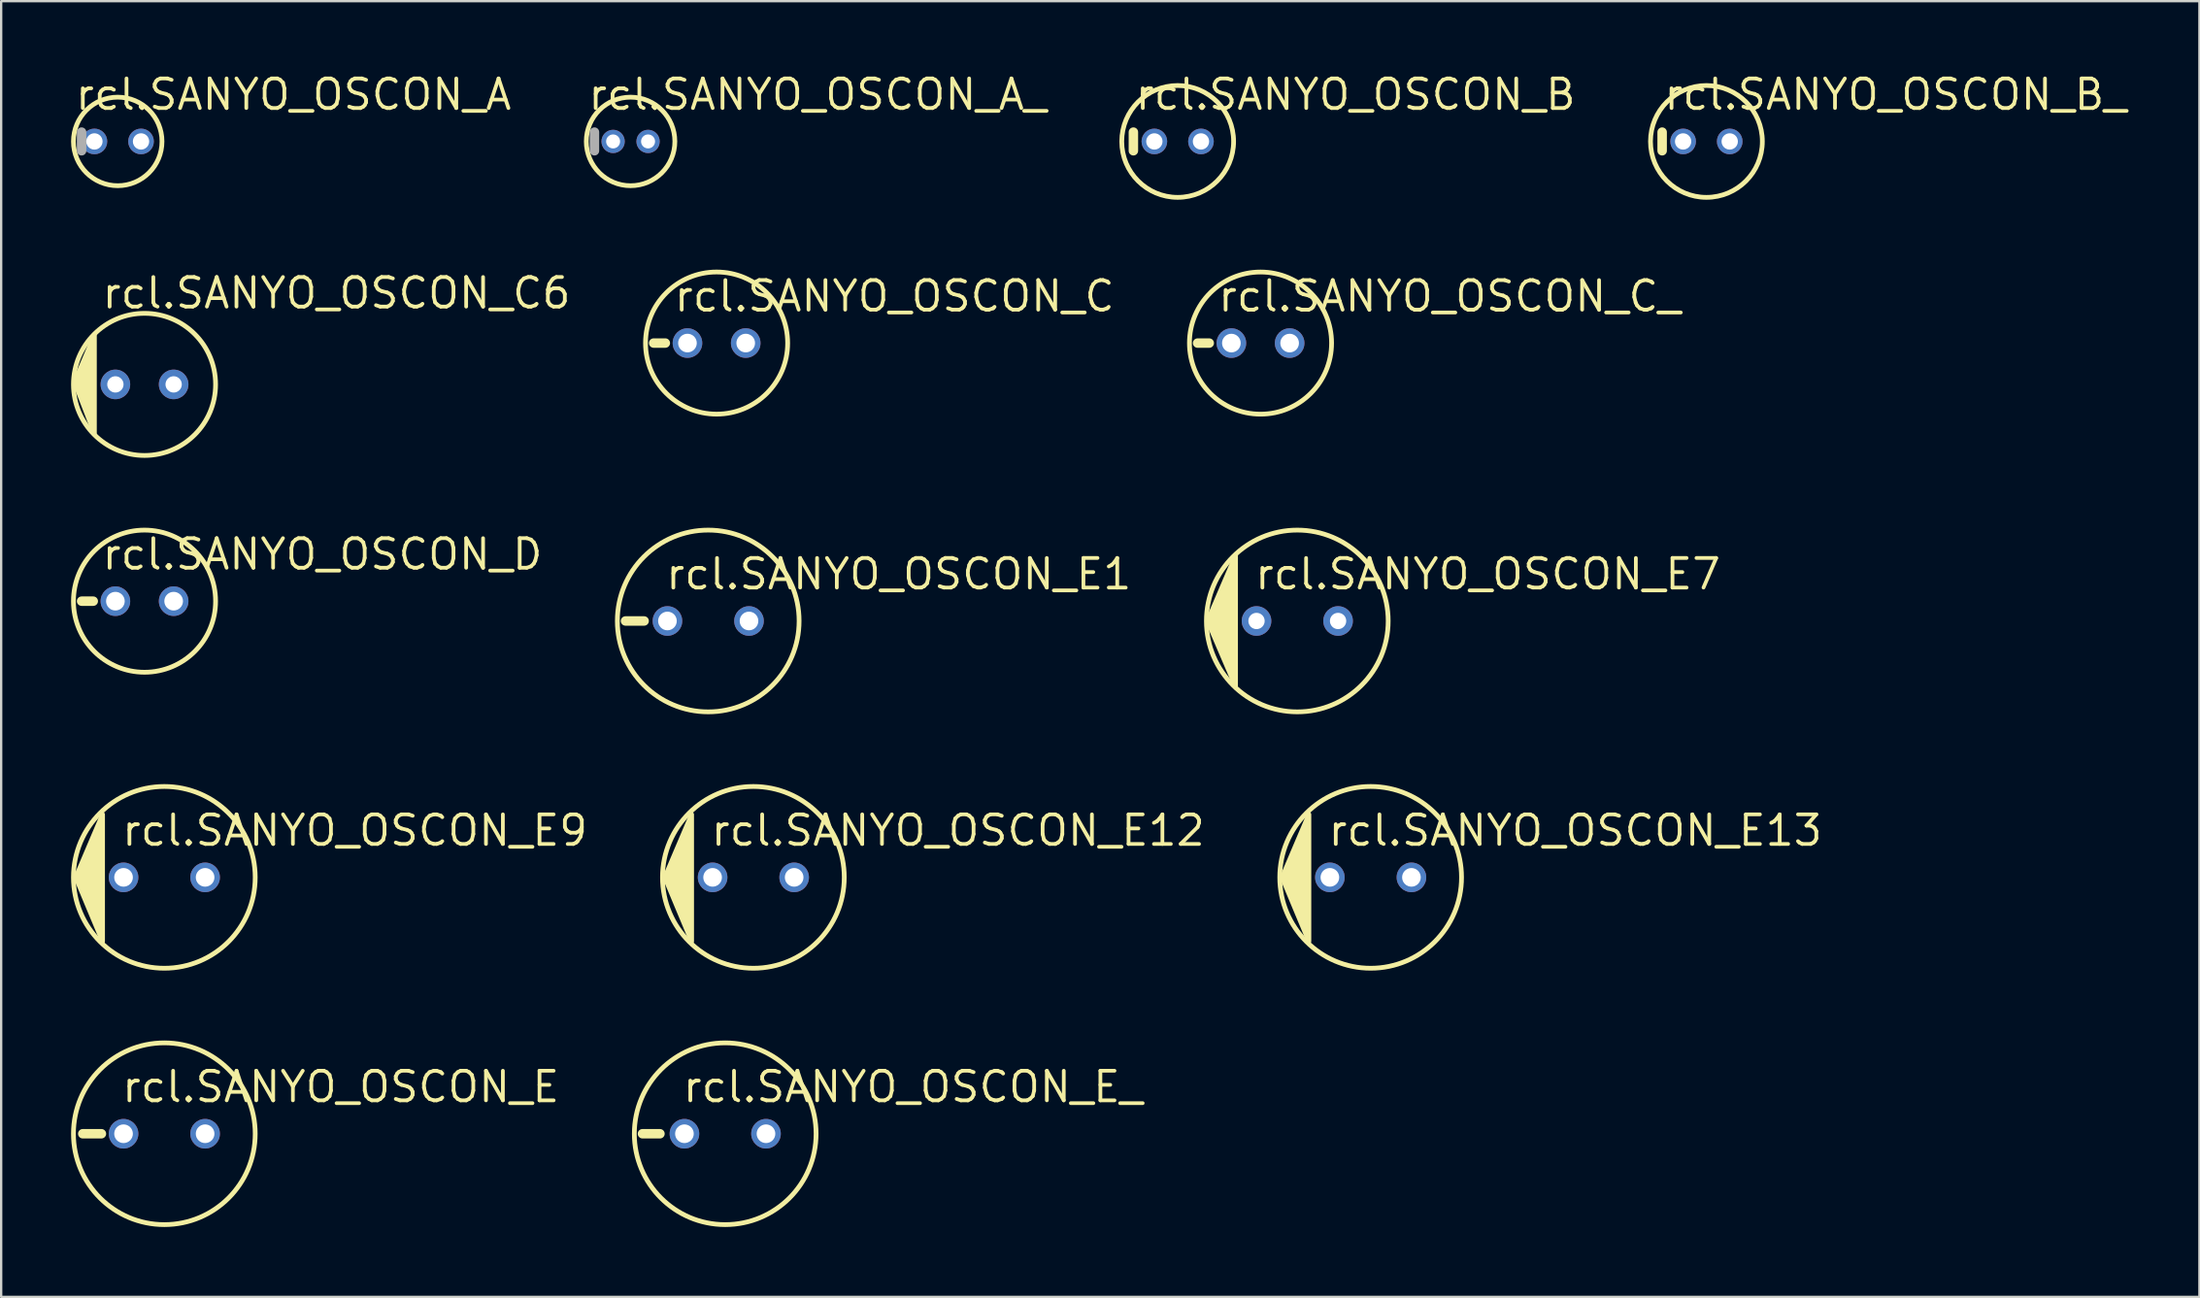
<source format=kicad_pcb>
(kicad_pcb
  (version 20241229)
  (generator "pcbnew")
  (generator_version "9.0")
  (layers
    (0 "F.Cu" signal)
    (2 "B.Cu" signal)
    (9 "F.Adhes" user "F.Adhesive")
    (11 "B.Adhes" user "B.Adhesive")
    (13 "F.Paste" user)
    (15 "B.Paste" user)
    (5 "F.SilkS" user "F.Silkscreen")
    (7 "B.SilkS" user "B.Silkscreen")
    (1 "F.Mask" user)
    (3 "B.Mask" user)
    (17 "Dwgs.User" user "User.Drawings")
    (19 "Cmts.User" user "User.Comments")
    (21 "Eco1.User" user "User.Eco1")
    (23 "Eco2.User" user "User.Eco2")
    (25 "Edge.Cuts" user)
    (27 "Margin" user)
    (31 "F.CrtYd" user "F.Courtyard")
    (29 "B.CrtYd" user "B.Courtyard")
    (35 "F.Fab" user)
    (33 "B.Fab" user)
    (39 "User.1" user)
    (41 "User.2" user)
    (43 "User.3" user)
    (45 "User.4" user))
  (footprint "rcl.SANYO_OSCON_E_"
    (layer "F.Cu")
    (at 28.072 45.606)
    (property "Reference" "rcl.SANYO_OSCON_E_" (at -1.905 -1.27 0) (layer "F.SilkS") (effects (font (size 1.27 1.27) (thickness 0.16)) (justify left bottom)))
    (attr through_hole)
    (fp_line (start -3.55 0) (end -2.8 0) (stroke (width 0.406) (type default)) (layer "F.SilkS"))
    (fp_circle (center 0 0) (end 3.9 0) (stroke (width 0.203) (type default)) (fill no) (layer "F.SilkS"))
    (pad "+" thru_hole circle (at 1.75 0) (size 1.27 1.27) (drill 0.8) (layers "*.Cu" "*.Mask"))
    (pad "-" thru_hole circle (at -1.75 0) (size 1.27 1.27) (drill 0.8) (layers "*.Cu" "*.Mask")))
  (footprint "rcl.SANYO_OSCON_E1"
    (layer "F.Cu")
    (at 27.343 23.6)
    (property "Reference" "rcl.SANYO_OSCON_E1" (at -1.905 -1.27 0) (layer "F.SilkS") (effects (font (size 1.27 1.27) (thickness 0.16)) (justify left bottom)))
    (attr through_hole)
    (fp_line (start -3.55 0) (end -2.75 0) (stroke (width 0.406) (type default)) (layer "F.SilkS"))
    (fp_circle (center 0 0) (end 3.9 0) (stroke (width 0.203) (type default)) (fill no) (layer "F.SilkS"))
    (pad "+" thru_hole circle (at 1.75 0) (size 1.27 1.27) (drill 0.8) (layers "*.Cu" "*.Mask"))
    (pad "-" thru_hole circle (at -1.75 0) (size 1.27 1.27) (drill 0.8) (layers "*.Cu" "*.Mask")))
  (footprint "rcl.SANYO_OSCON_A"
    (layer "F.Cu")
    (at 2.002 3.02)
    (property "Reference" "rcl.SANYO_OSCON_A" (at -1.905 -1.27 0) (layer "F.SilkS") (effects (font (size 1.27 1.27) (thickness 0.16)) (justify left bottom)))
    (attr through_hole)
    (fp_circle (center 0 0) (end 1.9 0) (stroke (width 0.203) (type default)) (fill no) (layer "F.SilkS"))
    (fp_line (start -1.55 0.4) (end -1.55 -0.4) (stroke (width 0.406) (type default)) (layer "F.Fab"))
    (pad "+" thru_hole circle (at 1 0) (size 1.1 1.1) (drill 0.7) (layers "*.Cu" "*.Mask"))
    (pad "-" thru_hole circle (at -1 0) (size 1.1 1.1) (drill 0.7) (layers "*.Cu" "*.Mask")))
  (footprint "rcl.SANYO_OSCON_C"
    (layer "F.Cu")
    (at 27.702 11.673)
    (property "Reference" "rcl.SANYO_OSCON_C" (at -1.905 -1.27 0) (layer "F.SilkS") (effects (font (size 1.27 1.27) (thickness 0.16)) (justify left bottom)))
    (attr through_hole)
    (fp_line (start -2.2 0) (end -2.7 0) (stroke (width 0.406) (type default)) (layer "F.SilkS"))
    (fp_circle (center 0 0) (end 3.05 0) (stroke (width 0.203) (type default)) (fill no) (layer "F.SilkS"))
    (pad "+" thru_hole circle (at 1.25 0) (size 1.27 1.27) (drill 0.8) (layers "*.Cu" "*.Mask"))
    (pad "-" thru_hole circle (at -1.25 0) (size 1.27 1.27) (drill 0.8) (layers "*.Cu" "*.Mask")))
  (footprint "rcl.SANYO_OSCON_B_"
    (layer "F.Cu")
    (at 70.18 3.02)
    (property "Reference" "rcl.SANYO_OSCON_B_" (at -1.905 -1.27 0) (layer "F.SilkS") (effects (font (size 1.27 1.27) (thickness 0.16)) (justify left bottom)))
    (attr through_hole)
    (fp_line (start -1.9 0.4) (end -1.9 -0.4) (stroke (width 0.406) (type default)) (layer "F.SilkS"))
    (fp_circle (center 0 0) (end 2.4 0) (stroke (width 0.203) (type default)) (fill no) (layer "F.SilkS"))
    (pad "+" thru_hole circle (at 1 0) (size 1.1 1.1) (drill 0.7) (layers "*.Cu" "*.Mask"))
    (pad "-" thru_hole circle (at -1 0) (size 1.1 1.1) (drill 0.7) (layers "*.Cu" "*.Mask")))
  (footprint "rcl.SANYO_OSCON_C_"
    (layer "F.Cu")
    (at 51.044 11.674)
    (property "Reference" "rcl.SANYO_OSCON_C_" (at -1.905 -1.27 0) (layer "F.SilkS") (effects (font (size 1.27 1.27) (thickness 0.16)) (justify left bottom)))
    (attr through_hole)
    (fp_line (start -2.2 0) (end -2.7 0) (stroke (width 0.406) (type default)) (layer "F.SilkS"))
    (fp_circle (center 0 0) (end 3.05 0) (stroke (width 0.203) (type default)) (fill no) (layer "F.SilkS"))
    (pad "+" thru_hole circle (at 1.25 0) (size 1.27 1.27) (drill 0.8) (layers "*.Cu" "*.Mask"))
    (pad "-" thru_hole circle (at -1.25 0) (size 1.27 1.27) (drill 0.8) (layers "*.Cu" "*.Mask")))
  (footprint "rcl.SANYO_OSCON_D"
    (layer "F.Cu")
    (at 3.152 22.75)
    (property "Reference" "rcl.SANYO_OSCON_D" (at -1.905 -1.27 0) (layer "F.SilkS") (effects (font (size 1.27 1.27) (thickness 0.16)) (justify left bottom)))
    (attr through_hole)
    (fp_line (start -2.2 0) (end -2.7 0) (stroke (width 0.406) (type default)) (layer "F.SilkS"))
    (fp_circle (center 0 0) (end 3.05 0) (stroke (width 0.203) (type default)) (fill no) (layer "F.SilkS"))
    (pad "+" thru_hole circle (at 1.25 0) (size 1.27 1.27) (drill 0.8) (layers "*.Cu" "*.Mask"))
    (pad "-" thru_hole circle (at -1.25 0) (size 1.27 1.27) (drill 0.8) (layers "*.Cu" "*.Mask")))
  (footprint "rcl.SANYO_OSCON_A_"
    (layer "F.Cu")
    (at 24.011 3.02)
    (property "Reference" "rcl.SANYO_OSCON_A_" (at -1.905 -1.27 0) (layer "F.SilkS") (effects (font (size 1.27 1.27) (thickness 0.16)) (justify left bottom)))
    (attr through_hole)
    (fp_circle (center 0 0) (end 1.9 0) (stroke (width 0.203) (type default)) (fill no) (layer "F.SilkS"))
    (fp_line (start -1.55 0.4) (end -1.55 -0.4) (stroke (width 0.406) (type default)) (layer "F.Fab"))
    (pad "+" thru_hole circle (at 0.75 0) (size 1 1) (drill 0.6) (layers "*.Cu" "*.Mask"))
    (pad "-" thru_hole circle (at -0.75 0) (size 1 1) (drill 0.6) (layers "*.Cu" "*.Mask")))
  (footprint "rcl.SANYO_OSCON_E9"
    (layer "F.Cu")
    (at 4.002 34.603)
    (property "Reference" "rcl.SANYO_OSCON_E9" (at -1.905 -1.27 0) (layer "F.SilkS") (effects (font (size 1.27 1.27) (thickness 0.16)) (justify left bottom)))
    (attr through_hole)
    (fp_circle (center 0 0) (end 3.9 0) (stroke (width 0.203) (type default)) (fill no) (layer "F.SilkS"))
    (fp_poly (pts (xy -2.65 -2.7) (xy -2.65 2.75) (xy -3.8 0)) (stroke (width 0.203) (type default)) (fill yes) (layer "F.SilkS"))
    (pad "+" thru_hole circle (at 1.75 0) (size 1.27 1.27) (drill 0.8) (layers "*.Cu" "*.Mask"))
    (pad "-" thru_hole circle (at -1.75 0) (size 1.27 1.27) (drill 0.8) (layers "*.Cu" "*.Mask")))
  (footprint "rcl.SANYO_OSCON_E13"
    (layer "F.Cu")
    (at 55.771 34.603)
    (property "Reference" "rcl.SANYO_OSCON_E13" (at -1.905 -1.27 0) (layer "F.SilkS") (effects (font (size 1.27 1.27) (thickness 0.16)) (justify left bottom)))
    (attr through_hole)
    (fp_circle (center 0 0) (end 3.9 0) (stroke (width 0.203) (type default)) (fill no) (layer "F.SilkS"))
    (fp_poly (pts (xy -2.65 -2.7) (xy -2.65 2.75) (xy -3.8 0)) (stroke (width 0.203) (type default)) (fill yes) (layer "F.SilkS"))
    (pad "+" thru_hole circle (at 1.75 0) (size 1.27 1.27) (drill 0.8) (layers "*.Cu" "*.Mask"))
    (pad "-" thru_hole circle (at -1.75 0) (size 1.27 1.27) (drill 0.8) (layers "*.Cu" "*.Mask")))
  (footprint "rcl.SANYO_OSCON_E7"
    (layer "F.Cu")
    (at 52.623 23.6)
    (property "Reference" "rcl.SANYO_OSCON_E7" (at -1.905 -1.27 0) (layer "F.SilkS") (effects (font (size 1.27 1.27) (thickness 0.16)) (justify left bottom)))
    (attr through_hole)
    (fp_circle (center 0 0) (end 3.9 0) (stroke (width 0.203) (type default)) (fill no) (layer "F.SilkS"))
    (fp_poly (pts (xy -2.65 -2.8) (xy -2.65 2.8) (xy -3.85 0)) (stroke (width 0.203) (type default)) (fill yes) (layer "F.SilkS"))
    (pad "+" thru_hole circle (at 1.75 0) (size 1.27 1.27) (drill 0.7) (layers "*.Cu" "*.Mask"))
    (pad "-" thru_hole circle (at -1.75 0) (size 1.27 1.27) (drill 0.7) (layers "*.Cu" "*.Mask")))
  (footprint "rcl.SANYO_OSCON_B"
    (layer "F.Cu")
    (at 47.489 3.02)
    (property "Reference" "rcl.SANYO_OSCON_B" (at -1.905 -1.27 0) (layer "F.SilkS") (effects (font (size 1.27 1.27) (thickness 0.16)) (justify left bottom)))
    (attr through_hole)
    (fp_line (start -1.9 0.4) (end -1.9 -0.4) (stroke (width 0.406) (type default)) (layer "F.SilkS"))
    (fp_circle (center 0 0) (end 2.4 0) (stroke (width 0.203) (type default)) (fill no) (layer "F.SilkS"))
    (pad "+" thru_hole circle (at 1 0) (size 1.1 1.1) (drill 0.7) (layers "*.Cu" "*.Mask"))
    (pad "-" thru_hole circle (at -1 0) (size 1.1 1.1) (drill 0.7) (layers "*.Cu" "*.Mask")))
  (footprint "rcl.SANYO_OSCON_C6"
    (layer "F.Cu")
    (at 3.152 13.447)
    (property "Reference" "rcl.SANYO_OSCON_C6" (at -1.905 -3.175 0) (layer "F.SilkS") (effects (font (size 1.27 1.27) (thickness 0.16)) (justify left bottom)))
    (attr through_hole)
    (fp_circle (center 0 0) (end 3.05 0) (stroke (width 0.203) (type default)) (fill no) (layer "F.SilkS"))
    (fp_poly (pts (xy -2.15 -2.1) (xy -2.15 2.1) (xy -3 -0.1)) (stroke (width 0.203) (type default)) (fill yes) (layer "F.SilkS"))
    (pad "+" thru_hole circle (at 1.25 0) (size 1.27 1.27) (drill 0.7) (layers "*.Cu" "*.Mask"))
    (pad "-" thru_hole circle (at -1.25 0) (size 1.27 1.27) (drill 0.7) (layers "*.Cu" "*.Mask")))
  (footprint "rcl.SANYO_OSCON_E12"
    (layer "F.Cu")
    (at 29.281 34.603)
    (property "Reference" "rcl.SANYO_OSCON_E12" (at -1.905 -1.27 0) (layer "F.SilkS") (effects (font (size 1.27 1.27) (thickness 0.16)) (justify left bottom)))
    (attr through_hole)
    (fp_circle (center 0 0) (end 3.9 0) (stroke (width 0.203) (type default)) (fill no) (layer "F.SilkS"))
    (fp_poly (pts (xy -2.65 -2.7) (xy -2.65 2.75) (xy -3.8 0)) (stroke (width 0.203) (type default)) (fill yes) (layer "F.SilkS"))
    (pad "+" thru_hole circle (at 1.75 0) (size 1.27 1.27) (drill 0.8) (layers "*.Cu" "*.Mask"))
    (pad "-" thru_hole circle (at -1.75 0) (size 1.27 1.27) (drill 0.8) (layers "*.Cu" "*.Mask")))
  (footprint "rcl.SANYO_OSCON_E"
    (layer "F.Cu")
    (at 4.002 45.606)
    (property "Reference" "rcl.SANYO_OSCON_E" (at -1.905 -1.27 0) (layer "F.SilkS") (effects (font (size 1.27 1.27) (thickness 0.16)) (justify left bottom)))
    (attr through_hole)
    (fp_line (start -3.5 0) (end -2.7 0) (stroke (width 0.406) (type default)) (layer "F.SilkS"))
    (fp_circle (center 0 0) (end 3.9 0) (stroke (width 0.203) (type default)) (fill no) (layer "F.SilkS"))
    (pad "+" thru_hole circle (at 1.75 0) (size 1.27 1.27) (drill 0.8) (layers "*.Cu" "*.Mask"))
    (pad "-" thru_hole circle (at -1.75 0) (size 1.27 1.27) (drill 0.8) (layers "*.Cu" "*.Mask")))
  (gr_rect
    (start -3 -3)
    (end 91.337 52.608)
    (stroke (width 0.1) (type default))
    (fill no)
    (layer "Edge.Cuts")))
</source>
